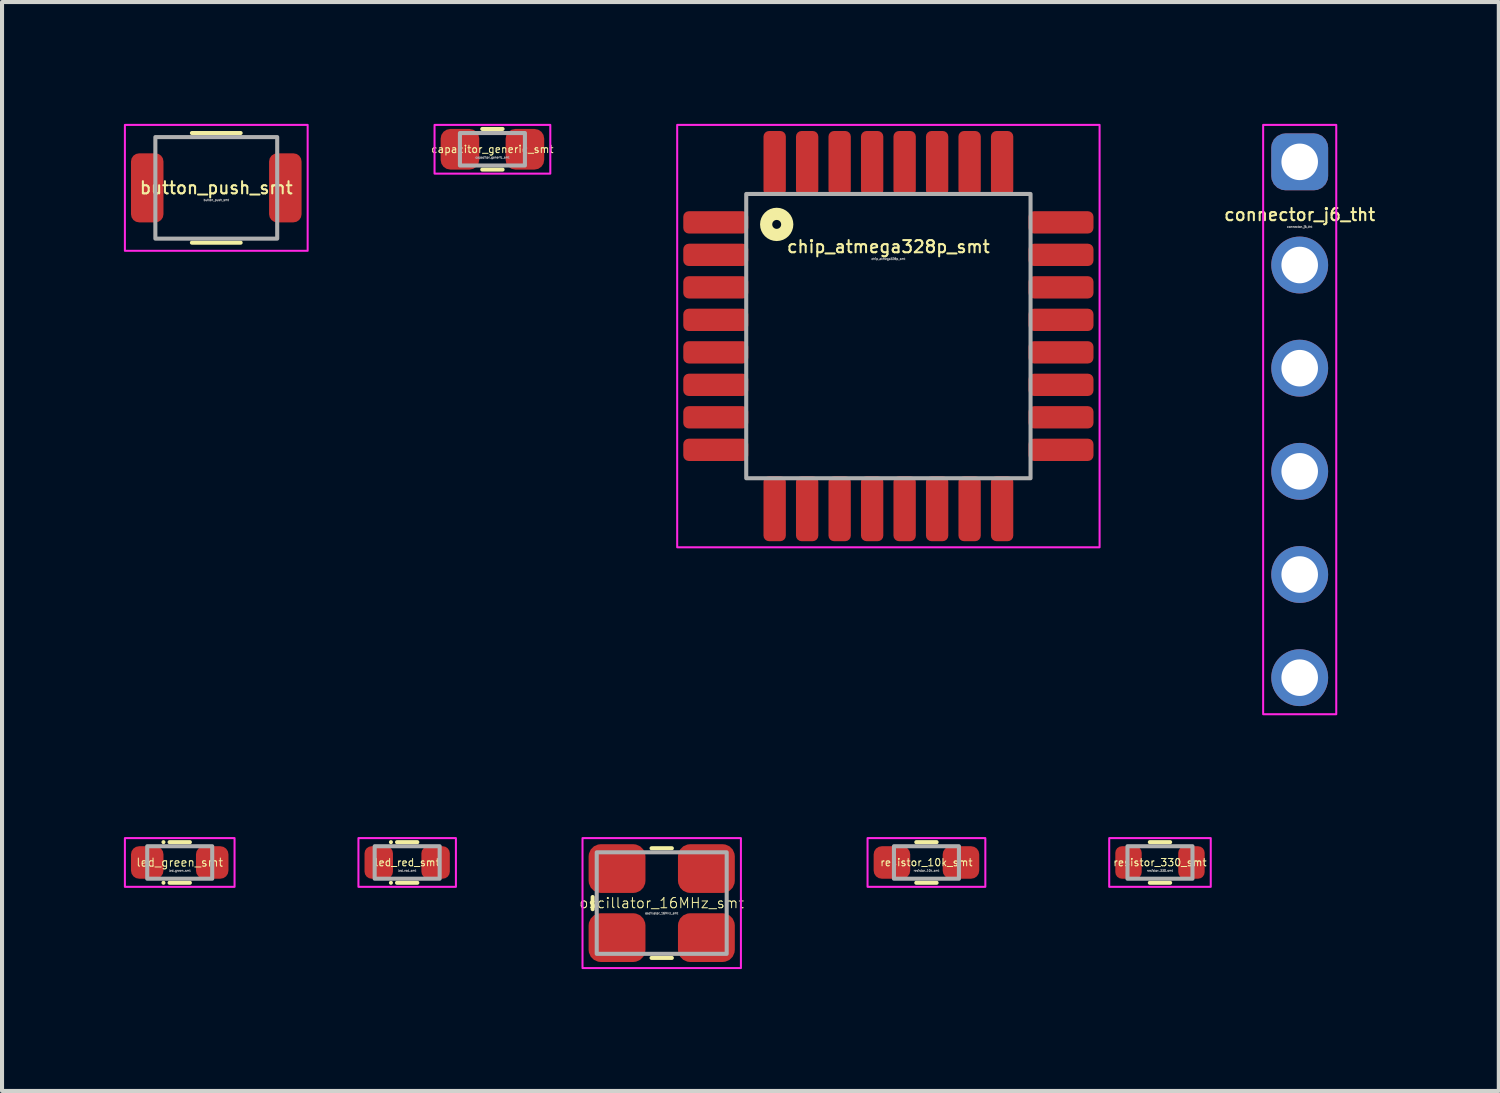
<source format=kicad_pcb>
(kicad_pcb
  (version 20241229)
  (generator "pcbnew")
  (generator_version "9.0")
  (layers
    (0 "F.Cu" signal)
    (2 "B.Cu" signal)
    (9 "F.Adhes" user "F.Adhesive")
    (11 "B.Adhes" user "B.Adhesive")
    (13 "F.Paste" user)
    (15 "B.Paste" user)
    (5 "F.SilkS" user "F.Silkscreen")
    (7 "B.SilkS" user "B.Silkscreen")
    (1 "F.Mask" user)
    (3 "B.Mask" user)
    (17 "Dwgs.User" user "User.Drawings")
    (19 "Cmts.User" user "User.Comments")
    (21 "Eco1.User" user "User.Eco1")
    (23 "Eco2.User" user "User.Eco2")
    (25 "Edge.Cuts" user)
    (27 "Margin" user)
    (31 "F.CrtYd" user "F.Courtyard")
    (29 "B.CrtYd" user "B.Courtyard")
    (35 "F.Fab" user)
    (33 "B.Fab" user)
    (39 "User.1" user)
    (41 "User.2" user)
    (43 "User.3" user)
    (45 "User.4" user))
  (footprint "capacitor_generic_smt"
    (layer "F.Cu")
    (at 9.074 0.625)
    (property "Reference" "capacitor_generic_smt" (at 0 0 0) (unlocked yes) (layer "F.SilkS") (effects (font (size 0.18 0.18) (thickness 0.025))))
    (attr smd)
    (fp_line (start -0.25 -0.5) (end 0.25 -0.5) (stroke (width 0.1) (type default)) (layer "F.SilkS"))
    (fp_line (start -0.25 0.5) (end 0.25 0.5) (stroke (width 0.1) (type default)) (layer "F.SilkS"))
    (fp_rect (start -1.425 -0.6) (end 1.425 0.6) (stroke (width 0.05) (type default)) (fill no) (layer "F.CrtYd"))
    (fp_rect (start -0.8 -0.4) (end 0.8 0.4) (stroke (width 0.1) (type default)) (fill no) (layer "F.Fab"))
    (fp_text user "${REFERENCE}" (at 0 0.2 0) (unlocked yes) (layer "F.Fab") (effects (font (size 0.05 0.05) (thickness 0.013))))
    (pad "1" smd roundrect (at -0.8 0) (size 0.95 1) (layers "F.Cu" "F.Mask" "F.Paste") (roundrect_rratio 0.25))
    (pad "2" smd roundrect (at 0.8 0) (size 0.95 1) (layers "F.Cu" "F.Mask" "F.Paste") (roundrect_rratio 0.25)))
  (footprint "connector_j6_tht"
    (layer "F.Cu")
    (at 28.95 0.935)
    (property "Reference" "connector_j6_tht" (at 0 1.3 0) (unlocked yes) (layer "F.SilkS") (effects (font (size 0.3 0.3) (thickness 0.05) (bold yes))))
    (attr smd)
    (fp_rect (start -0.9 -0.91) (end 0.9 13.6) (stroke (width 0.05) (type solid)) (fill no) (layer "F.CrtYd"))
    (fp_text user "${REFERENCE}" (at 0 1.6 0) (unlocked yes) (layer "F.Fab") (effects (font (size 0.05 0.05) (thickness 0.013))))
    (pad "1" thru_hole roundrect (at 0 0 90) (size 1.4 1.4) (drill 0.9) (layers "*.Cu" "*.Mask") (roundrect_rratio 0.25))
    (pad "2" thru_hole circle (at 0 2.54 90) (size 1.4 1.4) (drill 0.9) (layers "*.Cu" "*.Mask"))
    (pad "3" thru_hole circle (at 0 5.08 90) (size 1.4 1.4) (drill 0.9) (layers "*.Cu" "*.Mask"))
    (pad "4" thru_hole circle (at 0 7.62 90) (size 1.4 1.4) (drill 0.9) (layers "*.Cu" "*.Mask"))
    (pad "5" thru_hole circle (at 0 10.16 90) (size 1.4 1.4) (drill 0.9) (layers "*.Cu" "*.Mask"))
    (pad "6" thru_hole circle (at 0 12.7 90) (size 1.4 1.4) (drill 0.9) (layers "*.Cu" "*.Mask")))
  (footprint "button_push_smt"
    (layer "F.Cu")
    (at 2.275 1.575)
    (property "Reference" "button_push_smt" (at 0 0 0) (unlocked yes) (layer "F.SilkS") (effects (font (size 0.3 0.3) (thickness 0.05) (bold yes))))
    (attr smd)
    (fp_line (start -0.6 -1.35) (end 0.6 -1.35) (stroke (width 0.1) (type default)) (layer "F.SilkS"))
    (fp_line (start -0.6 1.35) (end 0.6 1.35) (stroke (width 0.1) (type default)) (layer "F.SilkS"))
    (fp_rect (start -2.25 -1.55) (end 2.25 1.55) (stroke (width 0.05) (type default)) (fill no) (layer "F.CrtYd"))
    (fp_rect (start -1.5 -1.25) (end 1.5 1.25) (stroke (width 0.1) (type solid)) (fill no) (layer "F.Fab"))
    (fp_text user "${REFERENCE}" (at 0 0.3 0) (unlocked yes) (layer "F.Fab") (effects (font (size 0.05 0.05) (thickness 0.013))))
    (pad "1" smd roundrect (at -1.7 0) (size 0.8 1.7) (layers "F.Cu" "F.Mask" "F.Paste") (roundrect_rratio 0.25))
    (pad "2" smd roundrect (at 1.7 0) (size 0.8 1.7) (layers "F.Cu" "F.Mask" "F.Paste") (roundrect_rratio 0.25)))
  (footprint "led_green_smt"
    (layer "F.Cu")
    (at 1.375 18.185)
    (property "Reference" "led_green_smt" (at 0 0 0) (unlocked yes) (layer "F.SilkS") (effects (font (size 0.2 0.2) (thickness 0.025))))
    (attr smd)
    (fp_line (start -0.4 -0.5) (end -0.4 -0.5) (stroke (width 0.1) (type default)) (layer "F.SilkS"))
    (fp_line (start -0.4 0.5) (end -0.4 0.5) (stroke (width 0.1) (type default)) (layer "F.SilkS"))
    (fp_line (start -0.25 -0.5) (end 0.25 -0.5) (stroke (width 0.1) (type default)) (layer "F.SilkS"))
    (fp_line (start -0.25 0.5) (end 0.25 0.5) (stroke (width 0.1) (type default)) (layer "F.SilkS"))
    (fp_rect (start -1.35 -0.6) (end 1.35 0.6) (stroke (width 0.05) (type default)) (fill no) (layer "F.CrtYd"))
    (fp_rect (start -0.8 -0.4) (end 0.8 0.4) (stroke (width 0.1) (type default)) (fill no) (layer "F.Fab"))
    (fp_text user "${REFERENCE}" (at 0 0.2 0) (unlocked yes) (layer "F.Fab") (effects (font (size 0.05 0.05) (thickness 0.013))))
    (pad "1" smd roundrect (at -0.8 0) (size 0.8 0.8) (layers "F.Cu" "F.Mask" "F.Paste") (roundrect_rratio 0.25))
    (pad "2" smd roundrect (at 0.8 0) (size 0.8 0.8) (layers "F.Cu" "F.Mask" "F.Paste") (roundrect_rratio 0.25)))
  (footprint "led_red_smt"
    (layer "F.Cu")
    (at 6.975 18.185)
    (property "Reference" "led_red_smt" (at 0 0 0) (unlocked yes) (layer "F.SilkS") (effects (font (size 0.18 0.18) (thickness 0.025))))
    (attr smd)
    (fp_line (start -0.4 -0.5) (end -0.4 -0.5) (stroke (width 0.1) (type default)) (layer "F.SilkS"))
    (fp_line (start -0.4 0.5) (end -0.4 0.5) (stroke (width 0.1) (type default)) (layer "F.SilkS"))
    (fp_line (start -0.25 -0.5) (end 0.25 -0.5) (stroke (width 0.1) (type default)) (layer "F.SilkS"))
    (fp_line (start -0.25 0.5) (end 0.25 0.5) (stroke (width 0.1) (type default)) (layer "F.SilkS"))
    (fp_rect (start -1.2 -0.6) (end 1.2 0.6) (stroke (width 0.05) (type default)) (fill no) (layer "F.CrtYd"))
    (fp_rect (start -0.8 -0.4) (end 0.8 0.4) (stroke (width 0.1) (type default)) (fill no) (layer "F.Fab"))
    (fp_text user "${REFERENCE}" (at 0 0.2 0) (unlocked yes) (layer "F.Fab") (effects (font (size 0.05 0.05) (thickness 0.013))))
    (pad "1" smd roundrect (at -0.7 0) (size 0.7 0.8) (layers "F.Cu" "F.Mask" "F.Paste") (roundrect_rratio 0.25))
    (pad "2" smd roundrect (at 0.7 0) (size 0.7 0.8) (layers "F.Cu" "F.Mask" "F.Paste") (roundrect_rratio 0.25)))
  (footprint "chip_atmega328p_smt"
    (layer "F.Cu")
    (at 18.823 5.225)
    (property "Reference" "chip_atmega328p_smt" (at 0 -2.2 0) (unlocked yes) (layer "F.SilkS") (effects (font (size 0.3 0.3) (thickness 0.05) (bold yes))))
    (attr smd)
    (fp_circle (center -2.75 -2.75) (end -2.64 -2.75) (stroke (width 0.3) (type solid)) (fill no) (layer "F.SilkS"))
    (fp_rect (start -5.2 -5.2) (end 5.2 5.2) (stroke (width 0.05) (type solid)) (fill no) (layer "F.CrtYd"))
    (fp_rect (start -3.5 -3.5) (end 3.5 3.5) (stroke (width 0.1) (type solid)) (fill no) (layer "F.Fab"))
    (fp_text user "${REFERENCE}" (at 0 -1.9 0) (unlocked yes) (layer "F.Fab") (effects (font (size 0.05 0.05) (thickness 0.013))))
    (pad "1" smd roundrect (at -4.25 -2.8) (size 1.6 0.55) (layers "F.Cu" "F.Mask" "F.Paste") (roundrect_rratio 0.25))
    (pad "2" smd roundrect (at -4.25 -2) (size 1.6 0.55) (layers "F.Cu" "F.Mask" "F.Paste") (roundrect_rratio 0.25))
    (pad "3" smd roundrect (at -4.25 -1.2) (size 1.6 0.55) (layers "F.Cu" "F.Mask" "F.Paste") (roundrect_rratio 0.25))
    (pad "4" smd roundrect (at -4.25 -0.4) (size 1.6 0.55) (layers "F.Cu" "F.Mask" "F.Paste") (roundrect_rratio 0.25))
    (pad "5" smd roundrect (at -4.25 0.4) (size 1.6 0.55) (layers "F.Cu" "F.Mask" "F.Paste") (roundrect_rratio 0.25))
    (pad "6" smd roundrect (at -4.25 1.2) (size 1.6 0.55) (layers "F.Cu" "F.Mask" "F.Paste") (roundrect_rratio 0.25))
    (pad "7" smd roundrect (at -4.25 2) (size 1.6 0.55) (layers "F.Cu" "F.Mask" "F.Paste") (roundrect_rratio 0.25))
    (pad "8" smd roundrect (at -4.25 2.8) (size 1.6 0.55) (layers "F.Cu" "F.Mask" "F.Paste") (roundrect_rratio 0.25))
    (pad "9" smd roundrect (at -2.8 4.25 90) (size 1.6 0.55) (layers "F.Cu" "F.Mask" "F.Paste") (roundrect_rratio 0.25))
    (pad "10" smd roundrect (at -2 4.25 90) (size 1.6 0.55) (layers "F.Cu" "F.Mask" "F.Paste") (roundrect_rratio 0.25))
    (pad "11" smd roundrect (at -1.2 4.25 90) (size 1.6 0.55) (layers "F.Cu" "F.Mask" "F.Paste") (roundrect_rratio 0.25))
    (pad "12" smd roundrect (at -0.4 4.25 90) (size 1.6 0.55) (layers "F.Cu" "F.Mask" "F.Paste") (roundrect_rratio 0.25))
    (pad "13" smd roundrect (at 0.4 4.25 90) (size 1.6 0.55) (layers "F.Cu" "F.Mask" "F.Paste") (roundrect_rratio 0.25))
    (pad "14" smd roundrect (at 1.2 4.25 90) (size 1.6 0.55) (layers "F.Cu" "F.Mask" "F.Paste") (roundrect_rratio 0.25))
    (pad "15" smd roundrect (at 2 4.25 90) (size 1.6 0.55) (layers "F.Cu" "F.Mask" "F.Paste") (roundrect_rratio 0.25))
    (pad "16" smd roundrect (at 2.8 4.25 90) (size 1.6 0.55) (layers "F.Cu" "F.Mask" "F.Paste") (roundrect_rratio 0.25))
    (pad "17" smd roundrect (at 4.25 2.8) (size 1.6 0.55) (layers "F.Cu" "F.Mask" "F.Paste") (roundrect_rratio 0.25))
    (pad "18" smd roundrect (at 4.25 2) (size 1.6 0.55) (layers "F.Cu" "F.Mask" "F.Paste") (roundrect_rratio 0.25))
    (pad "19" smd roundrect (at 4.25 1.2) (size 1.6 0.55) (layers "F.Cu" "F.Mask" "F.Paste") (roundrect_rratio 0.25))
    (pad "20" smd roundrect (at 4.25 0.4) (size 1.6 0.55) (layers "F.Cu" "F.Mask" "F.Paste") (roundrect_rratio 0.25))
    (pad "21" smd roundrect (at 4.25 -0.4) (size 1.6 0.55) (layers "F.Cu" "F.Mask" "F.Paste") (roundrect_rratio 0.25))
    (pad "22" smd roundrect (at 4.25 -1.2) (size 1.6 0.55) (layers "F.Cu" "F.Mask" "F.Paste") (roundrect_rratio 0.25))
    (pad "23" smd roundrect (at 4.25 -2) (size 1.6 0.55) (layers "F.Cu" "F.Mask" "F.Paste") (roundrect_rratio 0.25))
    (pad "24" smd roundrect (at 4.25 -2.8) (size 1.6 0.55) (layers "F.Cu" "F.Mask" "F.Paste") (roundrect_rratio 0.25))
    (pad "25" smd roundrect (at 2.8 -4.25 90) (size 1.6 0.55) (layers "F.Cu" "F.Mask" "F.Paste") (roundrect_rratio 0.25))
    (pad "26" smd roundrect (at 2 -4.25 90) (size 1.6 0.55) (layers "F.Cu" "F.Mask" "F.Paste") (roundrect_rratio 0.25))
    (pad "27" smd roundrect (at 1.2 -4.25 90) (size 1.6 0.55) (layers "F.Cu" "F.Mask" "F.Paste") (roundrect_rratio 0.25))
    (pad "28" smd roundrect (at 0.4 -4.25 90) (size 1.6 0.55) (layers "F.Cu" "F.Mask" "F.Paste") (roundrect_rratio 0.25))
    (pad "29" smd roundrect (at -0.4 -4.25 90) (size 1.6 0.55) (layers "F.Cu" "F.Mask" "F.Paste") (roundrect_rratio 0.25))
    (pad "30" smd roundrect (at -1.2 -4.25 90) (size 1.6 0.55) (layers "F.Cu" "F.Mask" "F.Paste") (roundrect_rratio 0.25))
    (pad "31" smd roundrect (at -2 -4.25 90) (size 1.6 0.55) (layers "F.Cu" "F.Mask" "F.Paste") (roundrect_rratio 0.25))
    (pad "32" smd roundrect (at -2.8 -4.25 90) (size 1.6 0.55) (layers "F.Cu" "F.Mask" "F.Paste") (roundrect_rratio 0.25)))
  (footprint "resistor_10k_smt"
    (layer "F.Cu")
    (at 19.76 18.185)
    (property "Reference" "resistor_10k_smt" (at 0 0 0) (unlocked yes) (layer "F.SilkS") (effects (font (size 0.18 0.18) (thickness 0.025))))
    (attr smd)
    (fp_line (start -0.25 -0.5) (end 0.25 -0.5) (stroke (width 0.1) (type default)) (layer "F.SilkS"))
    (fp_line (start -0.25 0.5) (end 0.25 0.5) (stroke (width 0.1) (type default)) (layer "F.SilkS"))
    (fp_rect (start -1.45 -0.6) (end 1.45 0.6) (stroke (width 0.05) (type default)) (fill no) (layer "F.CrtYd"))
    (fp_rect (start -0.8 -0.4) (end 0.8 0.4) (stroke (width 0.1) (type default)) (fill no) (layer "F.Fab"))
    (fp_text user "${REFERENCE}" (at 0 0.2 0) (unlocked yes) (layer "F.Fab") (effects (font (size 0.05 0.05) (thickness 0.013))))
    (pad "1" smd roundrect (at -0.85 0) (size 0.9 0.8) (layers "F.Cu" "F.Mask" "F.Paste") (roundrect_rratio 0.25))
    (pad "2" smd roundrect (at 0.85 0) (size 0.9 0.8) (layers "F.Cu" "F.Mask" "F.Paste") (roundrect_rratio 0.25)))
  (footprint "resistor_330_smt"
    (layer "F.Cu")
    (at 25.51 18.185)
    (property "Reference" "resistor_330_smt" (at 0 0 0) (unlocked yes) (layer "F.SilkS") (effects (font (size 0.18 0.18) (thickness 0.025))))
    (attr smd)
    (fp_line (start -0.25 -0.5) (end 0.25 -0.5) (stroke (width 0.1) (type default)) (layer "F.SilkS"))
    (fp_line (start -0.25 0.5) (end 0.25 0.5) (stroke (width 0.1) (type default)) (layer "F.SilkS"))
    (fp_rect (start -1.25 -0.6) (end 1.25 0.6) (stroke (width 0.05) (type default)) (fill no) (layer "F.CrtYd"))
    (fp_rect (start -0.8 -0.4) (end 0.8 0.4) (stroke (width 0.1) (type default)) (fill no) (layer "F.Fab"))
    (fp_text user "${REFERENCE}" (at 0 0.2 0) (unlocked yes) (layer "F.Fab") (effects (font (size 0.05 0.05) (thickness 0.013))))
    (pad "1" smd roundrect (at -0.775 0) (size 0.65 0.8) (layers "F.Cu" "F.Mask" "F.Paste") (roundrect_rratio 0.25))
    (pad "2" smd roundrect (at 0.775 0) (size 0.65 0.8) (layers "F.Cu" "F.Mask" "F.Paste") (roundrect_rratio 0.25)))
  (footprint "oscillator_16MHz_smt"
    (layer "F.Cu")
    (at 13.242 19.185)
    (property "Reference" "oscillator_16MHz_smt" (at 0 0 0) (unlocked yes) (layer "F.SilkS") (effects (font (size 0.25 0.25) (thickness 0.025))))
    (attr smd)
    (fp_line (start -1.7 0.15) (end -1.7 -0.15) (stroke (width 0.1) (type default)) (layer "F.SilkS"))
    (fp_line (start -0.25 -1.35) (end 0.25 -1.35) (stroke (width 0.1) (type default)) (layer "F.SilkS"))
    (fp_line (start -0.25 1.35) (end 0.25 1.35) (stroke (width 0.1) (type default)) (layer "F.SilkS"))
    (fp_rect (start -1.95 -1.6) (end 1.95 1.6) (stroke (width 0.05) (type default)) (fill no) (layer "F.CrtYd"))
    (fp_rect (start -1.6 -1.25) (end 1.6 1.25) (stroke (width 0.1) (type solid)) (fill no) (layer "F.Fab"))
    (fp_text user "${REFERENCE}" (at 0 0.25 0) (unlocked yes) (layer "F.Fab") (effects (font (size 0.05 0.05) (thickness 0.013))))
    (pad "1" smd roundrect (at -1.1 0.85) (size 1.4 1.2) (layers "F.Cu" "F.Mask" "F.Paste") (roundrect_rratio 0.25))
    (pad "2" smd roundrect (at 1.1 0.85) (size 1.4 1.2) (layers "F.Cu" "F.Mask" "F.Paste") (roundrect_rratio 0.25))
    (pad "3" smd roundrect (at 1.1 -0.85) (size 1.4 1.2) (layers "F.Cu" "F.Mask" "F.Paste") (roundrect_rratio 0.25))
    (pad "4" smd roundrect (at -1.1 -0.85) (size 1.4 1.2) (layers "F.Cu" "F.Mask" "F.Paste") (roundrect_rratio 0.25)))
  (gr_rect
    (start -3 -3)
    (end 33.852 23.81)
    (stroke (width 0.1) (type default))
    (fill no)
    (layer "Edge.Cuts")))
</source>
